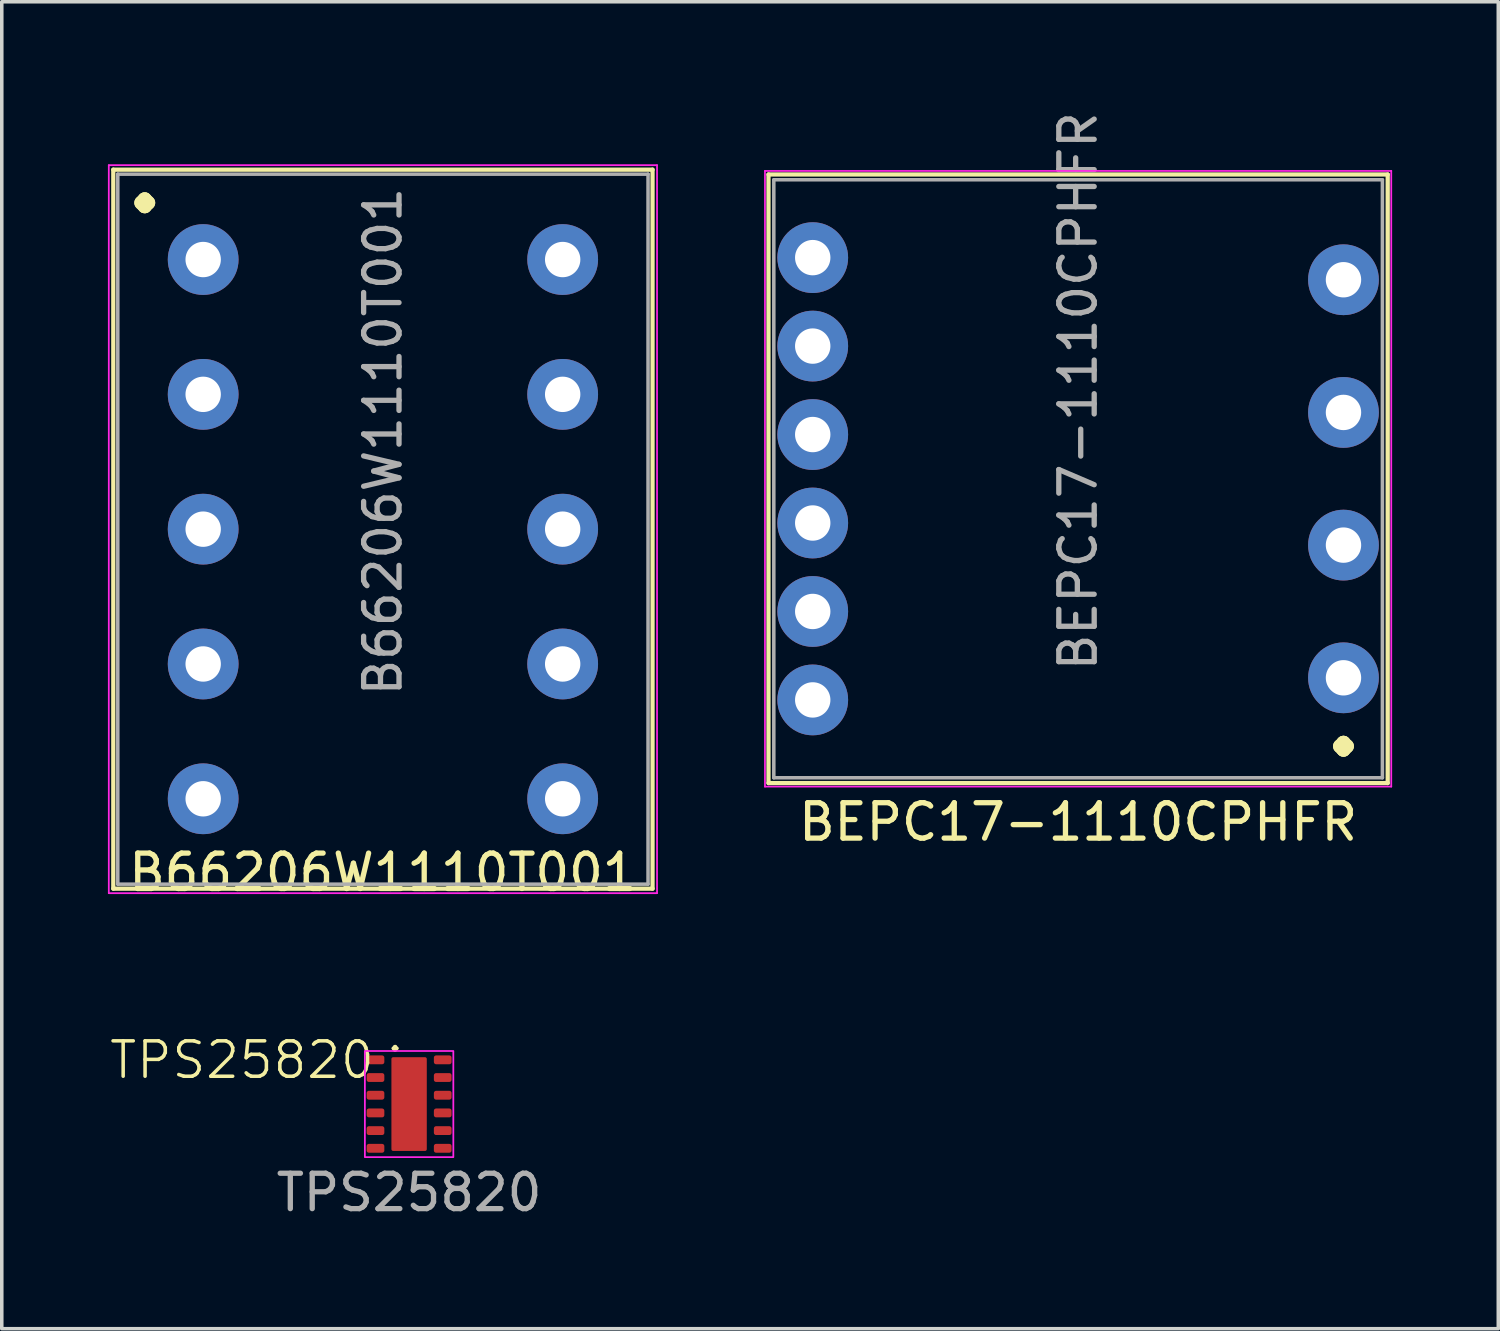
<source format=kicad_pcb>
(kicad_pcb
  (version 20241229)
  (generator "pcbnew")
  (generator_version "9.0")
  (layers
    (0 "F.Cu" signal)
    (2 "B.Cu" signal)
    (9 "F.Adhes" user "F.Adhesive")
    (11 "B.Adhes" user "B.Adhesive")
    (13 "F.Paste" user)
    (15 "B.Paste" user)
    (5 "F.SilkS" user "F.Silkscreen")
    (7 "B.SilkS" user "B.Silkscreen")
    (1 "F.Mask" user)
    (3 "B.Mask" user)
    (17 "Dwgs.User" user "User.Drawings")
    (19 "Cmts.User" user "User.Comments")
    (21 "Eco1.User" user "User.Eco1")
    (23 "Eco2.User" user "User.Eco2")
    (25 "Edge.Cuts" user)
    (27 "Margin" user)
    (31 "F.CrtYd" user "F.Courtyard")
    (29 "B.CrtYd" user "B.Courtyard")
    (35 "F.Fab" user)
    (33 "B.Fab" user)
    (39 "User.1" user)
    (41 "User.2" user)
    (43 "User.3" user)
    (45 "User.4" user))
  (footprint "B66206W1110T001"
    (layer "F.Cu")
    (at 7.772 11.905)
    (property "Reference" "B66206W1110T001" (at 0 9.7 180) (layer "F.SilkS") (effects (font (size 1 1) (thickness 0.15))))
    (attr through_hole)
    (fp_line (start -7.62 -10.16) (end -7.62 10.16) (stroke (width 0.12) (type solid)) (layer "F.SilkS"))
    (fp_line (start -7.62 -10.16) (end 7.62 -10.16) (stroke (width 0.12) (type solid)) (layer "F.SilkS"))
    (fp_line (start 7.62 10.16) (end -7.62 10.16) (stroke (width 0.12) (type solid)) (layer "F.SilkS"))
    (fp_line (start 7.62 10.16) (end 7.62 -10.16) (stroke (width 0.12) (type solid)) (layer "F.SilkS"))
    (fp_line (start -7.747 -10.287) (end -7.747 10.287) (stroke (width 0.05) (type solid)) (layer "F.CrtYd"))
    (fp_line (start -7.747 -10.287) (end 7.747 -10.287) (stroke (width 0.05) (type solid)) (layer "F.CrtYd"))
    (fp_line (start 7.747 10.287) (end -7.747 10.287) (stroke (width 0.05) (type solid)) (layer "F.CrtYd"))
    (fp_line (start 7.747 10.287) (end 7.747 -10.287) (stroke (width 0.05) (type solid)) (layer "F.CrtYd"))
    (fp_line (start -7.493 -10.033) (end -7.493 10.033) (stroke (width 0.1) (type solid)) (layer "F.Fab"))
    (fp_line (start -7.493 10.033) (end 7.493 10.033) (stroke (width 0.1) (type solid)) (layer "F.Fab"))
    (fp_line (start 7.493 -10.033) (end -7.493 -10.033) (stroke (width 0.1) (type solid)) (layer "F.Fab"))
    (fp_line (start 7.493 10.033) (end 7.493 -10.033) (stroke (width 0.1) (type solid)) (layer "F.Fab"))
    (fp_text user "." (at -6.731 -10.033 0) (layer "F.SilkS") (effects (font (size 2 2) (thickness 0.4) (bold yes))))
    (fp_text user "${REFERENCE}" (at 0 -2.475 270) (layer "F.Fab") (effects (font (size 1 1) (thickness 0.15))))
    (pad "1" thru_hole circle (at -5.08 -7.62 180) (size 2 2) (drill 1) (layers "*.Cu" "*.Mask"))
    (pad "2" thru_hole circle (at -5.08 -3.81 180) (size 2 2) (drill 1) (layers "*.Cu" "*.Mask"))
    (pad "3" thru_hole circle (at -5.08 0 180) (size 2 2) (drill 1) (layers "*.Cu" "*.Mask"))
    (pad "4" thru_hole circle (at -5.08 3.81 180) (size 2 2) (drill 1) (layers "*.Cu" "*.Mask"))
    (pad "5" thru_hole circle (at -5.08 7.62 180) (size 2 2) (drill 1) (layers "*.Cu" "*.Mask"))
    (pad "6" thru_hole circle (at 5.08 7.62 180) (size 2 2) (drill 1) (layers "*.Cu" "*.Mask"))
    (pad "7" thru_hole circle (at 5.08 3.81 180) (size 2 2) (drill 1) (layers "*.Cu" "*.Mask"))
    (pad "8" thru_hole circle (at 5.08 0 180) (size 2 2) (drill 1) (layers "*.Cu" "*.Mask"))
    (pad "9" thru_hole circle (at 5.08 -3.81 180) (size 2 2) (drill 1) (layers "*.Cu" "*.Mask"))
    (pad "10" thru_hole circle (at 5.08 -7.62 180) (size 2 2) (drill 1) (layers "*.Cu" "*.Mask")))
  (footprint "TPS25820"
    (layer "F.Cu")
    (at 8.512 28.153)
    (property "Reference" "TPS25820" (at -4.724 -1.245 0) (unlocked yes) (layer "F.SilkS") (effects (font (size 1 1) (thickness 0.1))))
    (attr smd)
    (fp_rect (start -1.25 -1.5) (end 1.25 1.5) (stroke (width 0.05) (type default)) (fill no) (layer "F.CrtYd"))
    (fp_text user "." (at -0.7 -1.4 0) (unlocked yes) (layer "F.SilkS") (effects (font (size 1 1) (thickness 0.1)) (justify left bottom)))
    (fp_text user "${REFERENCE}" (at 0 2.5 0) (unlocked yes) (layer "F.Fab") (effects (font (size 1 1) (thickness 0.15))))
    (pad "1" smd roundrect (at -0.95 -1.25) (size 0.5 0.25) (layers "F.Cu" "F.Mask" "F.Paste") (roundrect_rratio 0.25))
    (pad "2" smd roundrect (at -0.95 -0.75) (size 0.5 0.25) (layers "F.Cu" "F.Mask" "F.Paste") (roundrect_rratio 0.25))
    (pad "3" smd roundrect (at -0.95 -0.25) (size 0.5 0.25) (layers "F.Cu" "F.Mask" "F.Paste") (roundrect_rratio 0.25))
    (pad "4" smd roundrect (at -0.95 0.25) (size 0.5 0.25) (layers "F.Cu" "F.Mask" "F.Paste") (roundrect_rratio 0.25))
    (pad "5" smd roundrect (at -0.95 0.75) (size 0.5 0.25) (layers "F.Cu" "F.Mask" "F.Paste") (roundrect_rratio 0.25))
    (pad "6" smd roundrect (at -0.95 1.25) (size 0.5 0.25) (layers "F.Cu" "F.Mask" "F.Paste") (roundrect_rratio 0.25))
    (pad "7" smd roundrect (at 0.95 1.25) (size 0.5 0.25) (layers "F.Cu" "F.Mask" "F.Paste") (roundrect_rratio 0.25))
    (pad "8" smd roundrect (at 0.95 0.75) (size 0.5 0.25) (layers "F.Cu" "F.Mask" "F.Paste") (roundrect_rratio 0.25))
    (pad "9" smd roundrect (at 0.95 0.25) (size 0.5 0.25) (layers "F.Cu" "F.Mask" "F.Paste") (roundrect_rratio 0.25))
    (pad "10" smd roundrect (at 0.95 -0.25) (size 0.5 0.25) (layers "F.Cu" "F.Mask" "F.Paste") (roundrect_rratio 0.25))
    (pad "11" smd roundrect (at 0.95 -0.75) (size 0.5 0.25) (layers "F.Cu" "F.Mask" "F.Paste") (roundrect_rratio 0.25))
    (pad "12" smd roundrect (at 0.95 -1.25) (size 0.5 0.25) (layers "F.Cu" "F.Mask" "F.Paste") (roundrect_rratio 0.25))
    (pad "13" smd roundrect (at 0 0) (size 1 2.65) (layers "F.Cu" "F.Mask" "F.Paste") (roundrect_rratio 0.05)))
  (footprint "BEPC17-1110CPHFR"
    (layer "F.Cu")
    (at 27.419 10.481)
    (property "Reference" "BEPC17-1110CPHFR" (at 0 9.7 180) (layer "F.SilkS") (effects (font (size 1 1) (thickness 0.15))))
    (attr through_hole)
    (fp_line (start -8.75 -8.6) (end -8.75 8.6) (stroke (width 0.12) (type solid)) (layer "F.SilkS"))
    (fp_line (start -8.75 -8.6) (end 8.75 -8.6) (stroke (width 0.12) (type solid)) (layer "F.SilkS"))
    (fp_line (start 8.75 8.6) (end -8.75 8.6) (stroke (width 0.12) (type solid)) (layer "F.SilkS"))
    (fp_line (start 8.75 8.6) (end 8.75 -8.6) (stroke (width 0.12) (type solid)) (layer "F.SilkS"))
    (fp_line (start -8.85 -8.7) (end -8.85 8.7) (stroke (width 0.05) (type solid)) (layer "F.CrtYd"))
    (fp_line (start -8.85 -8.7) (end 8.85 -8.7) (stroke (width 0.05) (type solid)) (layer "F.CrtYd"))
    (fp_line (start 8.85 8.7) (end -8.85 8.7) (stroke (width 0.05) (type solid)) (layer "F.CrtYd"))
    (fp_line (start 8.85 8.7) (end 8.85 -8.7) (stroke (width 0.05) (type solid)) (layer "F.CrtYd"))
    (fp_line (start -8.6 -8.45) (end -8.6 8.45) (stroke (width 0.1) (type solid)) (layer "F.Fab"))
    (fp_line (start -8.6 8.45) (end 8.6 8.45) (stroke (width 0.1) (type solid)) (layer "F.Fab"))
    (fp_line (start 8.6 -8.45) (end -8.6 -8.45) (stroke (width 0.1) (type solid)) (layer "F.Fab"))
    (fp_line (start 8.6 8.45) (end 8.6 -8.45) (stroke (width 0.1) (type solid)) (layer "F.Fab"))
    (fp_text user "." (at 7.5 6.75 0) (layer "F.SilkS") (effects (font (size 2 2) (thickness 0.4) (bold yes))))
    (fp_text user "${REFERENCE}" (at 0 -2.475 270) (layer "F.Fab") (effects (font (size 1 1) (thickness 0.15))))
    (pad "1" thru_hole circle (at 7.5 5.625) (size 2 2) (drill 1) (layers "*.Cu" "*.Mask"))
    (pad "2" thru_hole circle (at 7.5 1.875) (size 2 2) (drill 1) (layers "*.Cu" "*.Mask"))
    (pad "3" thru_hole circle (at 7.5 -1.875) (size 2 2) (drill 1) (layers "*.Cu" "*.Mask"))
    (pad "4" thru_hole circle (at 7.5 -5.625) (size 2 2) (drill 1) (layers "*.Cu" "*.Mask"))
    (pad "5" thru_hole circle (at -7.5 -6.25) (size 2 2) (drill 1) (layers "*.Cu" "*.Mask"))
    (pad "6" thru_hole circle (at -7.5 -3.75) (size 2 2) (drill 1) (layers "*.Cu" "*.Mask"))
    (pad "7" thru_hole circle (at -7.5 -1.25) (size 2 2) (drill 1) (layers "*.Cu" "*.Mask"))
    (pad "8" thru_hole circle (at -7.5 1.25) (size 2 2) (drill 1) (layers "*.Cu" "*.Mask"))
    (pad "9" thru_hole circle (at -7.5 3.75) (size 2 2) (drill 1) (layers "*.Cu" "*.Mask"))
    (pad "10" thru_hole circle (at -7.5 6.25) (size 2 2) (drill 1) (layers "*.Cu" "*.Mask")))
  (gr_rect
    (start -3 -3)
    (end 39.294 34.502)
    (stroke (width 0.1) (type default))
    (fill no)
    (layer "Edge.Cuts")))
</source>
